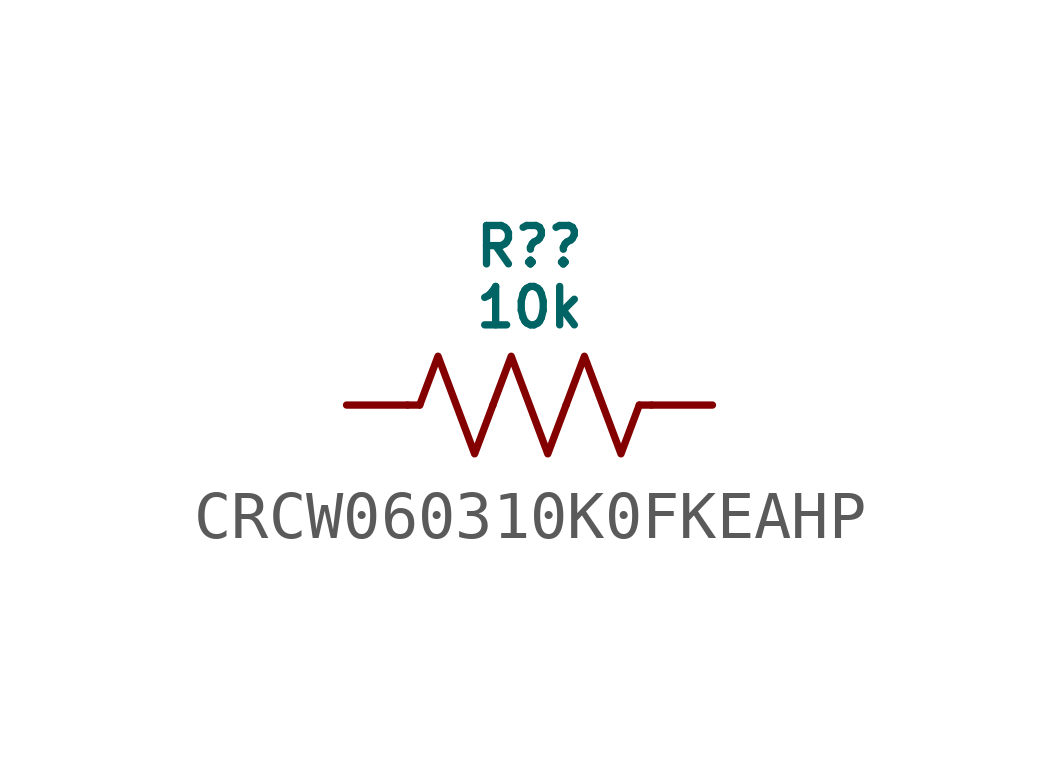
<source format=kicad_sym>
(kicad_symbol_lib
  (version 20231120)
  (generator "kicad_symbol_editor")
  (generator_version "8.0")
  (symbol "CRCW060310K0FKEAHP"
    (pin_numbers hide)
    (pin_names hide)
    (property "Reference" "R?"
      (at 0 3.302 0)
      (do_not_autoplace)
      (effects (font (size 0.8 0.8))))
    (property "Value" "10k"
      (at 0 2.032 0)
      (do_not_autoplace)
      (effects (font (size 0.8 0.8))))
    (symbol "CRCW060310K0FKEAHP_0_1"
      (polyline (pts (xy -2.286 0) (xy -2.54 0)) (stroke (width 0) (type default)) (fill (type none)))
      (polyline (pts (xy 2.286 0) (xy 2.54 0)) (stroke (width 0) (type default)) (fill (type none)))
      (polyline (pts (xy -2.286 0) (xy -1.905 1.016) (xy -1.524 0) (xy -1.143 -1.016) (xy -0.762 0)) (stroke (width 0) (type default)) (fill (type none)))
      (polyline (pts (xy -0.762 0) (xy -0.381 1.016) (xy 0 0) (xy 0.381 -1.016) (xy 0.762 0)) (stroke (width 0) (type default)) (fill (type none)))
      (polyline (pts (xy 0.762 0) (xy 1.143 1.016) (xy 1.524 0) (xy 1.905 -1.016) (xy 2.286 0)) (stroke (width 0) (type default)) (fill (type none))))
    (symbol "CRCW060310K0FKEAHP_1_0"
      (pin passive line (at -3.81 0 0) (length 1.27) (name "" (effects (font (size 0.8 0.8)))) (number "1" (effects (font (size 0.8 0.8)))))
      (pin passive line (at 3.81 0 180) (length 1.27) (name "" (effects (font (size 0.8 0.8)))) (number "2" (effects (font (size 0.8 0.8))))))))
</source>
